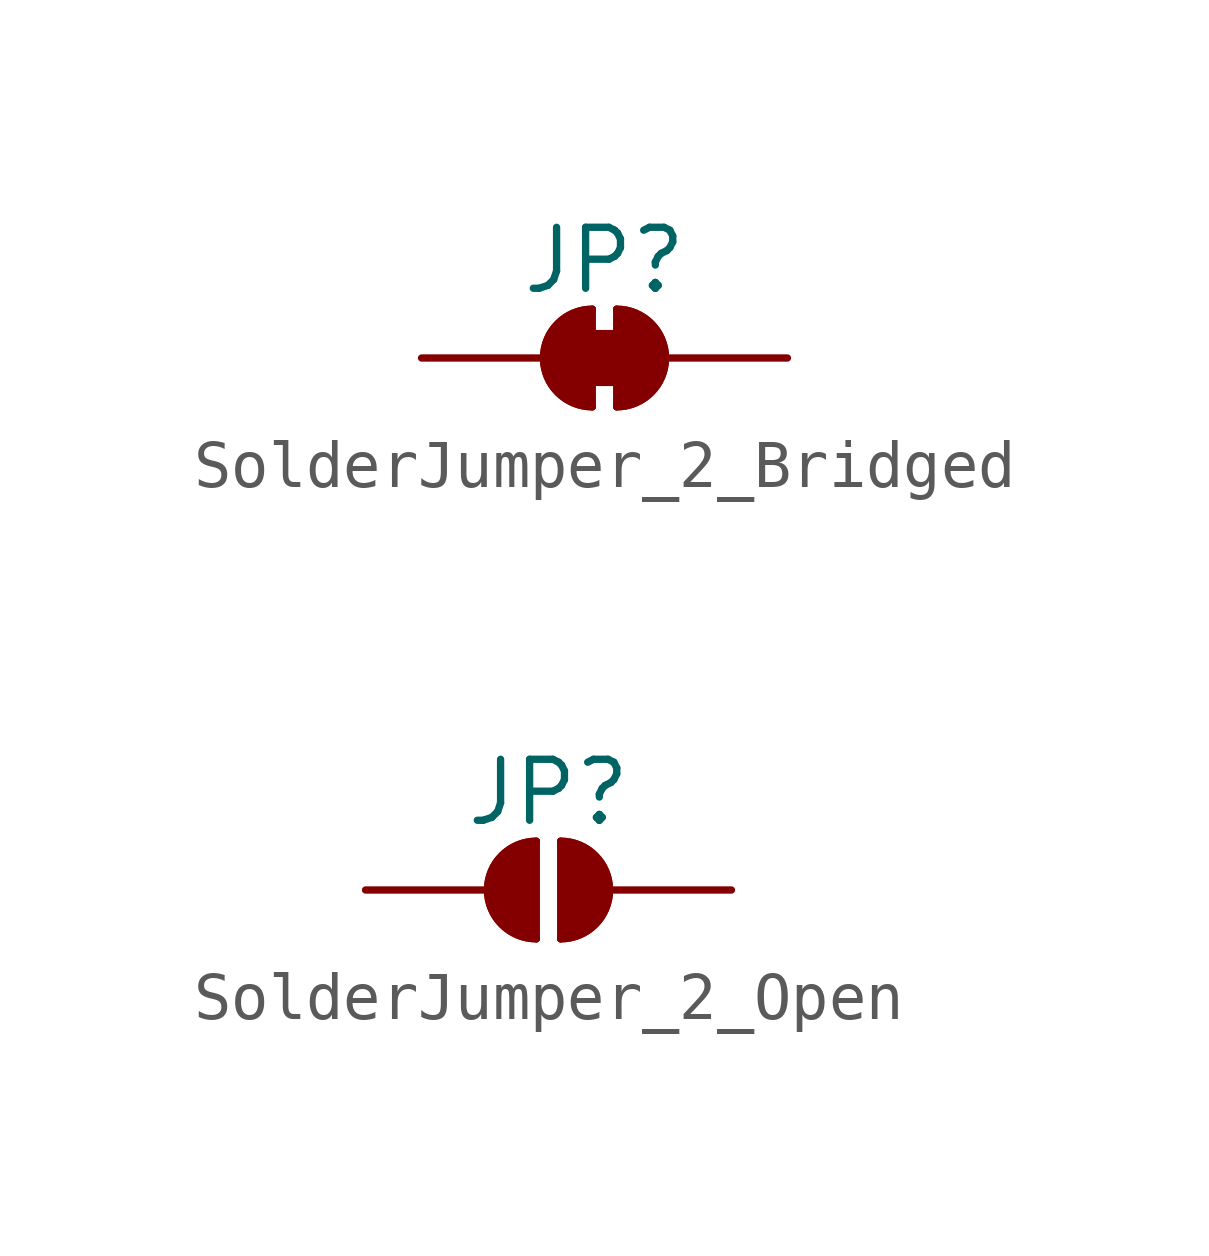
<source format=kicad_sym>
(kicad_symbol_lib
  (version 20241209)
  (generator "kicad_symbol_editor")
  (generator_version "9.0")
  (symbol "SolderJumper_2_Bridged"
    (pin_numbers
      (hide yes))
    (pin_names
      (offset 0)
      (hide yes))
    (property "Reference" "JP"
      (at 0 2.032 0)
      (effects (font (size 1.27 1.27))))
    (symbol "SolderJumper_2_Bridged_0_1"
      (rectangle (start -0.508 0.508) (end 0.508 -0.508) (stroke (width 0) (type default)) (fill (type outline)))
      (polyline (pts (xy -0.254 1.016) (xy -0.254 -1.016)) (stroke (width 0) (type default)) (fill (type none)))
      (arc (start -0.254 -1.016) (mid -1.2656 0) (end -0.254 1.016) (stroke (width 0) (type default)) (fill (type none)))
      (arc (start -0.254 -1.016) (mid -1.2656 0) (end -0.254 1.016) (stroke (width 0) (type default)) (fill (type outline)))
      (arc (start 0.254 1.016) (mid 1.2656 0) (end 0.254 -1.016) (stroke (width 0) (type default)) (fill (type none)))
      (arc (start 0.254 1.016) (mid 1.2656 0) (end 0.254 -1.016) (stroke (width 0) (type default)) (fill (type outline)))
      (polyline (pts (xy 0.254 1.016) (xy 0.254 -1.016)) (stroke (width 0) (type default)) (fill (type none))))
    (symbol "SolderJumper_2_Bridged_1_1"
      (pin passive line (at -3.81 0 0) (length 2.54) (name "A" (effects (font (size 1.27 1.27)))) (number "1" (effects (font (size 1.27 1.27)))))
      (pin passive line (at 3.81 0 180) (length 2.54) (name "B" (effects (font (size 1.27 1.27)))) (number "2" (effects (font (size 1.27 1.27)))))))
  (symbol "SolderJumper_2_Open"
    (pin_numbers
      (hide yes))
    (pin_names
      (offset 0)
      (hide yes))
    (property "Reference" "JP"
      (at 0 2.032 0)
      (effects (font (size 1.27 1.27))))
    (symbol "SolderJumper_2_Open_0_1"
      (polyline (pts (xy -0.254 1.016) (xy -0.254 -1.016)) (stroke (width 0) (type default)) (fill (type none)))
      (arc (start -0.254 -1.016) (mid -1.2656 0) (end -0.254 1.016) (stroke (width 0) (type default)) (fill (type none)))
      (arc (start -0.254 -1.016) (mid -1.2656 0) (end -0.254 1.016) (stroke (width 0) (type default)) (fill (type outline)))
      (arc (start 0.254 1.016) (mid 1.2656 0) (end 0.254 -1.016) (stroke (width 0) (type default)) (fill (type none)))
      (arc (start 0.254 1.016) (mid 1.2656 0) (end 0.254 -1.016) (stroke (width 0) (type default)) (fill (type outline)))
      (polyline (pts (xy 0.254 1.016) (xy 0.254 -1.016)) (stroke (width 0) (type default)) (fill (type none))))
    (symbol "SolderJumper_2_Open_1_1"
      (pin passive line (at -3.81 0 0) (length 2.54) (name "A" (effects (font (size 1.27 1.27)))) (number "1" (effects (font (size 1.27 1.27)))))
      (pin passive line (at 3.81 0 180) (length 2.54) (name "B" (effects (font (size 1.27 1.27)))) (number "2" (effects (font (size 1.27 1.27))))))))
</source>
